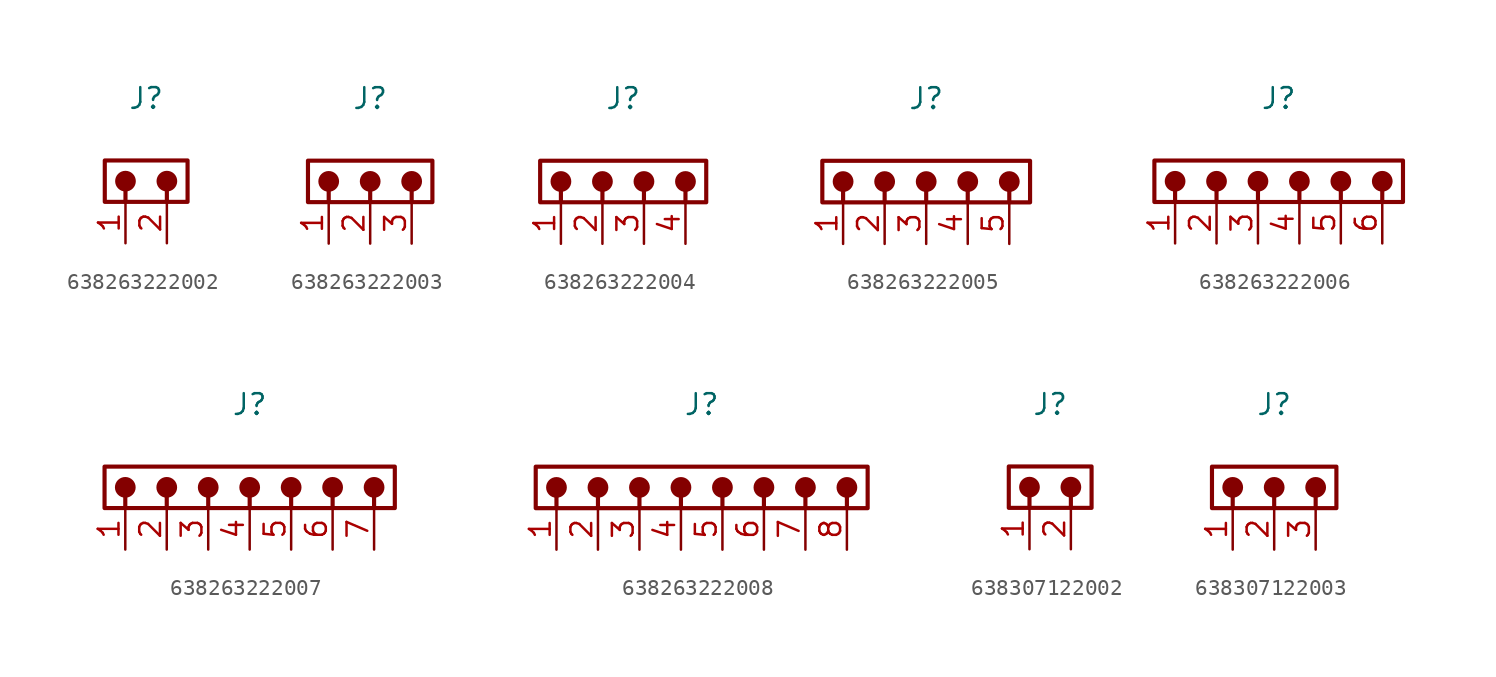
<source format=kicad_sym>
(kicad_symbol_lib
  (version 20241209)
  (generator "kicad_symbol_editor")
  (generator_version "9.0")
  (symbol "638263222002"
    (pin_names
      (hide yes))
    (property "Reference" "J"
      (at 0 5.08 0)
      (effects (font (size 1.27 1.27))))
    (symbol "638263222002_1_1"
      (circle (center -1.27 0) (radius 0.508) (stroke (width 0.254) (type solid)) (fill (type outline)))
      (polyline (pts (xy -1.27 -0.508) (xy -1.27 -1.27)) (stroke (width 0.254) (type solid)) (fill (type none)))
      (circle (center 1.27 0) (radius 0.508) (stroke (width 0.254) (type solid)) (fill (type outline)))
      (polyline (pts (xy 1.27 -0.508) (xy 1.27 -1.27)) (stroke (width 0.254) (type solid)) (fill (type none)))
      (rectangle (start 2.54 1.27) (end -2.54 -1.27) (stroke (width 0.254) (type solid)) (fill (type none)))
      (pin passive line (at -1.27 -3.81 90) (length 2.54) (name "1" (effects (font (size 1.27 1.27)))) (number "1" (effects (font (size 1.27 1.27)))))
      (pin passive line (at 1.27 -3.81 90) (length 2.54) (name "2" (effects (font (size 1.27 1.27)))) (number "2" (effects (font (size 1.27 1.27)))))))
  (symbol "638263222003"
    (pin_names
      (hide yes))
    (property "Reference" "J"
      (at 0 5.08 0)
      (effects (font (size 1.27 1.27))))
    (symbol "638263222003_1_1"
      (rectangle (start -3.81 1.27) (end 3.81 -1.27) (stroke (width 0.254) (type solid)) (fill (type none)))
      (circle (center -2.54 0) (radius 0.508) (stroke (width 0.254) (type solid)) (fill (type outline)))
      (polyline (pts (xy -2.54 -0.508) (xy -2.54 -1.27)) (stroke (width 0.254) (type solid)) (fill (type none)))
      (circle (center 0 0) (radius 0.508) (stroke (width 0.254) (type solid)) (fill (type outline)))
      (polyline (pts (xy 0 -0.508) (xy 0 -1.27)) (stroke (width 0.254) (type solid)) (fill (type none)))
      (circle (center 2.54 0) (radius 0.508) (stroke (width 0.254) (type solid)) (fill (type outline)))
      (polyline (pts (xy 2.54 -0.508) (xy 2.54 -1.27)) (stroke (width 0.254) (type solid)) (fill (type none)))
      (pin passive line (at -2.54 -3.81 90) (length 2.54) (name "1" (effects (font (size 1.27 1.27)))) (number "1" (effects (font (size 1.27 1.27)))))
      (pin passive line (at 0 -3.81 90) (length 2.54) (name "2" (effects (font (size 1.27 1.27)))) (number "2" (effects (font (size 1.27 1.27)))))
      (pin passive line (at 2.54 -3.81 90) (length 2.54) (name "3" (effects (font (size 1.27 1.27)))) (number "3" (effects (font (size 1.27 1.27)))))))
  (symbol "638263222004"
    (pin_names
      (hide yes))
    (property "Reference" "J"
      (at 0 5.08 0)
      (effects (font (size 1.27 1.27))))
    (symbol "638263222004_1_1"
      (rectangle (start -5.08 1.27) (end 5.08 -1.27) (stroke (width 0.254) (type solid)) (fill (type none)))
      (circle (center -3.81 0) (radius 0.508) (stroke (width 0.254) (type solid)) (fill (type outline)))
      (polyline (pts (xy -3.81 -0.508) (xy -3.81 -1.27)) (stroke (width 0.254) (type solid)) (fill (type none)))
      (circle (center -1.27 0) (radius 0.508) (stroke (width 0.254) (type solid)) (fill (type outline)))
      (polyline (pts (xy -1.27 -0.508) (xy -1.27 -1.27)) (stroke (width 0.254) (type solid)) (fill (type none)))
      (circle (center 1.27 0) (radius 0.508) (stroke (width 0.254) (type solid)) (fill (type outline)))
      (polyline (pts (xy 1.27 -0.508) (xy 1.27 -1.27)) (stroke (width 0.254) (type solid)) (fill (type none)))
      (circle (center 3.81 0) (radius 0.508) (stroke (width 0.254) (type solid)) (fill (type outline)))
      (polyline (pts (xy 3.81 -0.508) (xy 3.81 -1.27)) (stroke (width 0.254) (type solid)) (fill (type none)))
      (pin passive line (at -3.81 -3.81 90) (length 2.54) (name "1" (effects (font (size 1.27 1.27)))) (number "1" (effects (font (size 1.27 1.27)))))
      (pin passive line (at -1.27 -3.81 90) (length 2.54) (name "2" (effects (font (size 1.27 1.27)))) (number "2" (effects (font (size 1.27 1.27)))))
      (pin passive line (at 1.27 -3.81 90) (length 2.54) (name "3" (effects (font (size 1.27 1.27)))) (number "3" (effects (font (size 1.27 1.27)))))
      (pin passive line (at 3.81 -3.81 90) (length 2.54) (name "4" (effects (font (size 1.27 1.27)))) (number "4" (effects (font (size 1.27 1.27)))))))
  (symbol "638263222005"
    (pin_names
      (hide yes))
    (property "Reference" "J"
      (at 0 5.08 0)
      (effects (font (size 1.27 1.27))))
    (symbol "638263222005_1_1"
      (rectangle (start -6.35 1.27) (end 6.35 -1.27) (stroke (width 0.254) (type solid)) (fill (type none)))
      (circle (center -5.08 0) (radius 0.508) (stroke (width 0.254) (type solid)) (fill (type outline)))
      (polyline (pts (xy -5.08 -0.508) (xy -5.08 -1.27)) (stroke (width 0.254) (type solid)) (fill (type none)))
      (circle (center -2.54 0) (radius 0.508) (stroke (width 0.254) (type solid)) (fill (type outline)))
      (polyline (pts (xy -2.54 -0.508) (xy -2.54 -1.27)) (stroke (width 0.254) (type solid)) (fill (type none)))
      (circle (center 0 0) (radius 0.508) (stroke (width 0.254) (type solid)) (fill (type outline)))
      (polyline (pts (xy 0 -0.508) (xy 0 -1.27)) (stroke (width 0.254) (type solid)) (fill (type none)))
      (circle (center 2.54 0) (radius 0.508) (stroke (width 0.254) (type solid)) (fill (type outline)))
      (polyline (pts (xy 2.54 -0.508) (xy 2.54 -1.27)) (stroke (width 0.254) (type solid)) (fill (type none)))
      (circle (center 5.08 0) (radius 0.508) (stroke (width 0.254) (type solid)) (fill (type outline)))
      (polyline (pts (xy 5.08 -0.508) (xy 5.08 -1.27)) (stroke (width 0.254) (type solid)) (fill (type none)))
      (pin passive line (at -5.08 -3.81 90) (length 2.54) (name "1" (effects (font (size 1.27 1.27)))) (number "1" (effects (font (size 1.27 1.27)))))
      (pin passive line (at -2.54 -3.81 90) (length 2.54) (name "2" (effects (font (size 1.27 1.27)))) (number "2" (effects (font (size 1.27 1.27)))))
      (pin passive line (at 0 -3.81 90) (length 2.54) (name "3" (effects (font (size 1.27 1.27)))) (number "3" (effects (font (size 1.27 1.27)))))
      (pin passive line (at 2.54 -3.81 90) (length 2.54) (name "4" (effects (font (size 1.27 1.27)))) (number "4" (effects (font (size 1.27 1.27)))))
      (pin passive line (at 5.08 -3.81 90) (length 2.54) (name "5" (effects (font (size 1.27 1.27)))) (number "5" (effects (font (size 1.27 1.27)))))))
  (symbol "638263222006"
    (pin_names
      (hide yes))
    (property "Reference" "J"
      (at 0 5.08 0)
      (effects (font (size 1.27 1.27))))
    (symbol "638263222006_1_1"
      (rectangle (start -7.62 1.27) (end 7.62 -1.27) (stroke (width 0.254) (type solid)) (fill (type none)))
      (circle (center -6.35 0) (radius 0.508) (stroke (width 0.254) (type solid)) (fill (type outline)))
      (polyline (pts (xy -6.35 -0.508) (xy -6.35 -1.27)) (stroke (width 0.254) (type solid)) (fill (type none)))
      (circle (center -3.81 0) (radius 0.508) (stroke (width 0.254) (type solid)) (fill (type outline)))
      (polyline (pts (xy -3.81 -0.508) (xy -3.81 -1.27)) (stroke (width 0.254) (type solid)) (fill (type none)))
      (circle (center -1.27 0) (radius 0.508) (stroke (width 0.254) (type solid)) (fill (type outline)))
      (polyline (pts (xy -1.27 -0.508) (xy -1.27 -1.27)) (stroke (width 0.254) (type solid)) (fill (type none)))
      (circle (center 1.27 0) (radius 0.508) (stroke (width 0.254) (type solid)) (fill (type outline)))
      (polyline (pts (xy 1.27 -0.508) (xy 1.27 -1.27)) (stroke (width 0.254) (type solid)) (fill (type none)))
      (circle (center 3.81 0) (radius 0.508) (stroke (width 0.254) (type solid)) (fill (type outline)))
      (polyline (pts (xy 3.81 -0.508) (xy 3.81 -1.27)) (stroke (width 0.254) (type solid)) (fill (type none)))
      (circle (center 6.35 0) (radius 0.508) (stroke (width 0.254) (type solid)) (fill (type outline)))
      (polyline (pts (xy 6.35 -0.508) (xy 6.35 -1.27)) (stroke (width 0.254) (type solid)) (fill (type none)))
      (pin passive line (at -6.35 -3.81 90) (length 2.54) (name "1" (effects (font (size 1.27 1.27)))) (number "1" (effects (font (size 1.27 1.27)))))
      (pin passive line (at -3.81 -3.81 90) (length 2.54) (name "2" (effects (font (size 1.27 1.27)))) (number "2" (effects (font (size 1.27 1.27)))))
      (pin passive line (at -1.27 -3.81 90) (length 2.54) (name "3" (effects (font (size 1.27 1.27)))) (number "3" (effects (font (size 1.27 1.27)))))
      (pin passive line (at 1.27 -3.81 90) (length 2.54) (name "4" (effects (font (size 1.27 1.27)))) (number "4" (effects (font (size 1.27 1.27)))))
      (pin passive line (at 3.81 -3.81 90) (length 2.54) (name "5" (effects (font (size 1.27 1.27)))) (number "5" (effects (font (size 1.27 1.27)))))
      (pin passive line (at 6.35 -3.81 90) (length 2.54) (name "6" (effects (font (size 1.27 1.27)))) (number "6" (effects (font (size 1.27 1.27)))))))
  (symbol "638263222007"
    (pin_names
      (hide yes))
    (property "Reference" "J"
      (at 0 5.08 0)
      (effects (font (size 1.27 1.27))))
    (symbol "638263222007_1_1"
      (rectangle (start -8.89 1.27) (end 8.89 -1.27) (stroke (width 0.254) (type solid)) (fill (type none)))
      (circle (center -7.62 0) (radius 0.508) (stroke (width 0.254) (type solid)) (fill (type outline)))
      (polyline (pts (xy -7.62 -0.508) (xy -7.62 -1.27)) (stroke (width 0.254) (type solid)) (fill (type none)))
      (circle (center -5.08 0) (radius 0.508) (stroke (width 0.254) (type solid)) (fill (type outline)))
      (polyline (pts (xy -5.08 -0.508) (xy -5.08 -1.27)) (stroke (width 0.254) (type solid)) (fill (type none)))
      (circle (center -2.54 0) (radius 0.508) (stroke (width 0.254) (type solid)) (fill (type outline)))
      (polyline (pts (xy -2.54 -0.508) (xy -2.54 -1.27)) (stroke (width 0.254) (type solid)) (fill (type none)))
      (circle (center 0 0) (radius 0.508) (stroke (width 0.254) (type solid)) (fill (type outline)))
      (polyline (pts (xy 0 -0.508) (xy 0 -1.27)) (stroke (width 0.254) (type solid)) (fill (type none)))
      (circle (center 2.54 0) (radius 0.508) (stroke (width 0.254) (type solid)) (fill (type outline)))
      (polyline (pts (xy 2.54 -0.508) (xy 2.54 -1.27)) (stroke (width 0.254) (type solid)) (fill (type none)))
      (circle (center 5.08 0) (radius 0.508) (stroke (width 0.254) (type solid)) (fill (type outline)))
      (polyline (pts (xy 5.08 -0.508) (xy 5.08 -1.27)) (stroke (width 0.254) (type solid)) (fill (type none)))
      (circle (center 7.62 0) (radius 0.508) (stroke (width 0.254) (type solid)) (fill (type outline)))
      (polyline (pts (xy 7.62 -0.508) (xy 7.62 -1.27)) (stroke (width 0.254) (type solid)) (fill (type none)))
      (pin passive line (at -7.62 -3.81 90) (length 2.54) (name "1" (effects (font (size 1.27 1.27)))) (number "1" (effects (font (size 1.27 1.27)))))
      (pin passive line (at -5.08 -3.81 90) (length 2.54) (name "2" (effects (font (size 1.27 1.27)))) (number "2" (effects (font (size 1.27 1.27)))))
      (pin passive line (at -2.54 -3.81 90) (length 2.54) (name "3" (effects (font (size 1.27 1.27)))) (number "3" (effects (font (size 1.27 1.27)))))
      (pin passive line (at 0 -3.81 90) (length 2.54) (name "4" (effects (font (size 1.27 1.27)))) (number "4" (effects (font (size 1.27 1.27)))))
      (pin passive line (at 2.54 -3.81 90) (length 2.54) (name "5" (effects (font (size 1.27 1.27)))) (number "5" (effects (font (size 1.27 1.27)))))
      (pin passive line (at 5.08 -3.81 90) (length 2.54) (name "6" (effects (font (size 1.27 1.27)))) (number "6" (effects (font (size 1.27 1.27)))))
      (pin passive line (at 7.62 -3.81 90) (length 2.54) (name "7" (effects (font (size 1.27 1.27)))) (number "7" (effects (font (size 1.27 1.27)))))))
  (symbol "638263222008"
    (pin_names
      (hide yes))
    (property "Reference" "J"
      (at 0 5.08 0)
      (effects (font (size 1.27 1.27))))
    (symbol "638263222008_1_1"
      (rectangle (start -10.16 1.27) (end 10.16 -1.27) (stroke (width 0.254) (type solid)) (fill (type none)))
      (circle (center -8.89 0) (radius 0.508) (stroke (width 0.254) (type solid)) (fill (type outline)))
      (polyline (pts (xy -8.89 -0.508) (xy -8.89 -1.27)) (stroke (width 0.254) (type solid)) (fill (type none)))
      (circle (center -6.35 0) (radius 0.508) (stroke (width 0.254) (type solid)) (fill (type outline)))
      (polyline (pts (xy -6.35 -0.508) (xy -6.35 -1.27)) (stroke (width 0.254) (type solid)) (fill (type none)))
      (circle (center -3.81 0) (radius 0.508) (stroke (width 0.254) (type solid)) (fill (type outline)))
      (polyline (pts (xy -3.81 -0.508) (xy -3.81 -1.27)) (stroke (width 0.254) (type solid)) (fill (type none)))
      (circle (center -1.27 0) (radius 0.508) (stroke (width 0.254) (type solid)) (fill (type outline)))
      (polyline (pts (xy -1.27 -0.508) (xy -1.27 -1.27)) (stroke (width 0.254) (type solid)) (fill (type none)))
      (circle (center 1.27 0) (radius 0.508) (stroke (width 0.254) (type solid)) (fill (type outline)))
      (polyline (pts (xy 1.27 -0.508) (xy 1.27 -1.27)) (stroke (width 0.254) (type solid)) (fill (type none)))
      (circle (center 3.81 0) (radius 0.508) (stroke (width 0.254) (type solid)) (fill (type outline)))
      (polyline (pts (xy 3.81 -0.508) (xy 3.81 -1.27)) (stroke (width 0.254) (type solid)) (fill (type none)))
      (circle (center 6.35 0) (radius 0.508) (stroke (width 0.254) (type solid)) (fill (type outline)))
      (polyline (pts (xy 6.35 -0.508) (xy 6.35 -1.27)) (stroke (width 0.254) (type solid)) (fill (type none)))
      (circle (center 8.89 0) (radius 0.508) (stroke (width 0.254) (type solid)) (fill (type outline)))
      (polyline (pts (xy 8.89 -0.508) (xy 8.89 -1.27)) (stroke (width 0.254) (type solid)) (fill (type none)))
      (pin passive line (at -8.89 -3.81 90) (length 2.54) (name "1" (effects (font (size 1.27 1.27)))) (number "1" (effects (font (size 1.27 1.27)))))
      (pin passive line (at -6.35 -3.81 90) (length 2.54) (name "2" (effects (font (size 1.27 1.27)))) (number "2" (effects (font (size 1.27 1.27)))))
      (pin passive line (at -3.81 -3.81 90) (length 2.54) (name "3" (effects (font (size 1.27 1.27)))) (number "3" (effects (font (size 1.27 1.27)))))
      (pin passive line (at -1.27 -3.81 90) (length 2.54) (name "4" (effects (font (size 1.27 1.27)))) (number "4" (effects (font (size 1.27 1.27)))))
      (pin passive line (at 1.27 -3.81 90) (length 2.54) (name "5" (effects (font (size 1.27 1.27)))) (number "5" (effects (font (size 1.27 1.27)))))
      (pin passive line (at 3.81 -3.81 90) (length 2.54) (name "6" (effects (font (size 1.27 1.27)))) (number "6" (effects (font (size 1.27 1.27)))))
      (pin passive line (at 6.35 -3.81 90) (length 2.54) (name "7" (effects (font (size 1.27 1.27)))) (number "7" (effects (font (size 1.27 1.27)))))
      (pin passive line (at 8.89 -3.81 90) (length 2.54) (name "8" (effects (font (size 1.27 1.27)))) (number "8" (effects (font (size 1.27 1.27)))))))
  (symbol "638307122002"
    (pin_names
      (hide yes))
    (property "Reference" "J"
      (at 0 5.08 0)
      (effects (font (size 1.27 1.27))))
    (symbol "638307122002_1_1"
      (circle (center -1.27 0) (radius 0.508) (stroke (width 0.254) (type solid)) (fill (type outline)))
      (polyline (pts (xy -1.27 -0.508) (xy -1.27 -1.27)) (stroke (width 0.254) (type solid)) (fill (type none)))
      (circle (center 1.27 0) (radius 0.508) (stroke (width 0.254) (type solid)) (fill (type outline)))
      (polyline (pts (xy 1.27 -0.508) (xy 1.27 -1.27)) (stroke (width 0.254) (type solid)) (fill (type none)))
      (rectangle (start 2.54 1.27) (end -2.54 -1.27) (stroke (width 0.254) (type solid)) (fill (type none)))
      (pin passive line (at -1.27 -3.81 90) (length 2.54) (name "1" (effects (font (size 1.27 1.27)))) (number "1" (effects (font (size 1.27 1.27)))))
      (pin passive line (at 1.27 -3.81 90) (length 2.54) (name "2" (effects (font (size 1.27 1.27)))) (number "2" (effects (font (size 1.27 1.27)))))))
  (symbol "638307122003"
    (pin_names
      (hide yes))
    (property "Reference" "J"
      (at 0 5.08 0)
      (effects (font (size 1.27 1.27))))
    (symbol "638307122003_1_1"
      (rectangle (start -3.81 1.27) (end 3.81 -1.27) (stroke (width 0.254) (type solid)) (fill (type none)))
      (circle (center -2.54 0) (radius 0.508) (stroke (width 0.254) (type solid)) (fill (type outline)))
      (polyline (pts (xy -2.54 -0.508) (xy -2.54 -1.27)) (stroke (width 0.254) (type solid)) (fill (type none)))
      (circle (center 0 0) (radius 0.508) (stroke (width 0.254) (type solid)) (fill (type outline)))
      (polyline (pts (xy 0 -0.508) (xy 0 -1.27)) (stroke (width 0.254) (type solid)) (fill (type none)))
      (circle (center 2.54 0) (radius 0.508) (stroke (width 0.254) (type solid)) (fill (type outline)))
      (polyline (pts (xy 2.54 -0.508) (xy 2.54 -1.27)) (stroke (width 0.254) (type solid)) (fill (type none)))
      (pin passive line (at -2.54 -3.81 90) (length 2.54) (name "1" (effects (font (size 1.27 1.27)))) (number "1" (effects (font (size 1.27 1.27)))))
      (pin passive line (at 0 -3.81 90) (length 2.54) (name "2" (effects (font (size 1.27 1.27)))) (number "2" (effects (font (size 1.27 1.27)))))
      (pin passive line (at 2.54 -3.81 90) (length 2.54) (name "3" (effects (font (size 1.27 1.27)))) (number "3" (effects (font (size 1.27 1.27))))))))
</source>
